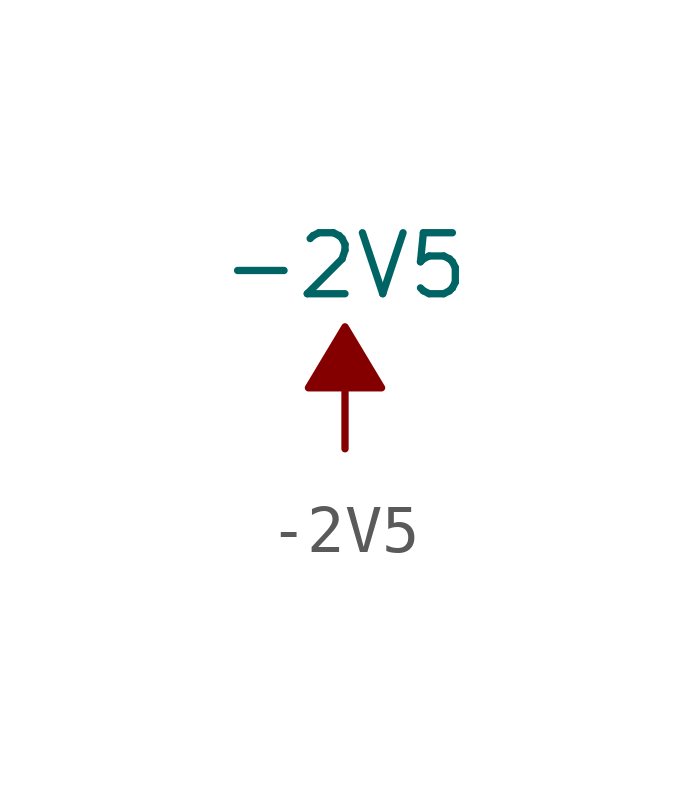
<source format=kicad_sym>
(kicad_symbol_lib
  (version 20201005)
  (generator kicad_symbol_editor)
  (symbol "-2V5"
    (power)
    (pin_names
      (offset 0))
    (property "Reference" "#PWR"
      (at 0 2.54 0)
      (effects (font (size 1.27 1.27)) hide))
    (property "Value" "-2V5"
      (at 0 3.81 0)
      (effects (font (size 1.27 1.27))))
    (symbol "-2V5_0_0"
      (pin power_in line (at 0 0 90) (length 0) hide (name "-2V5" (effects (font (size 1.27 1.27)))) (number "1" (effects (font (size 1.27 1.27))))))
    (symbol "-2V5_0_1"
      (polyline (pts (xy 0 0) (xy 0 1.27) (xy 0.762 1.27) (xy 0 2.54) (xy -0.762 1.27) (xy 0 1.27)) (stroke (width 0)) (fill (type outline))))))
</source>
